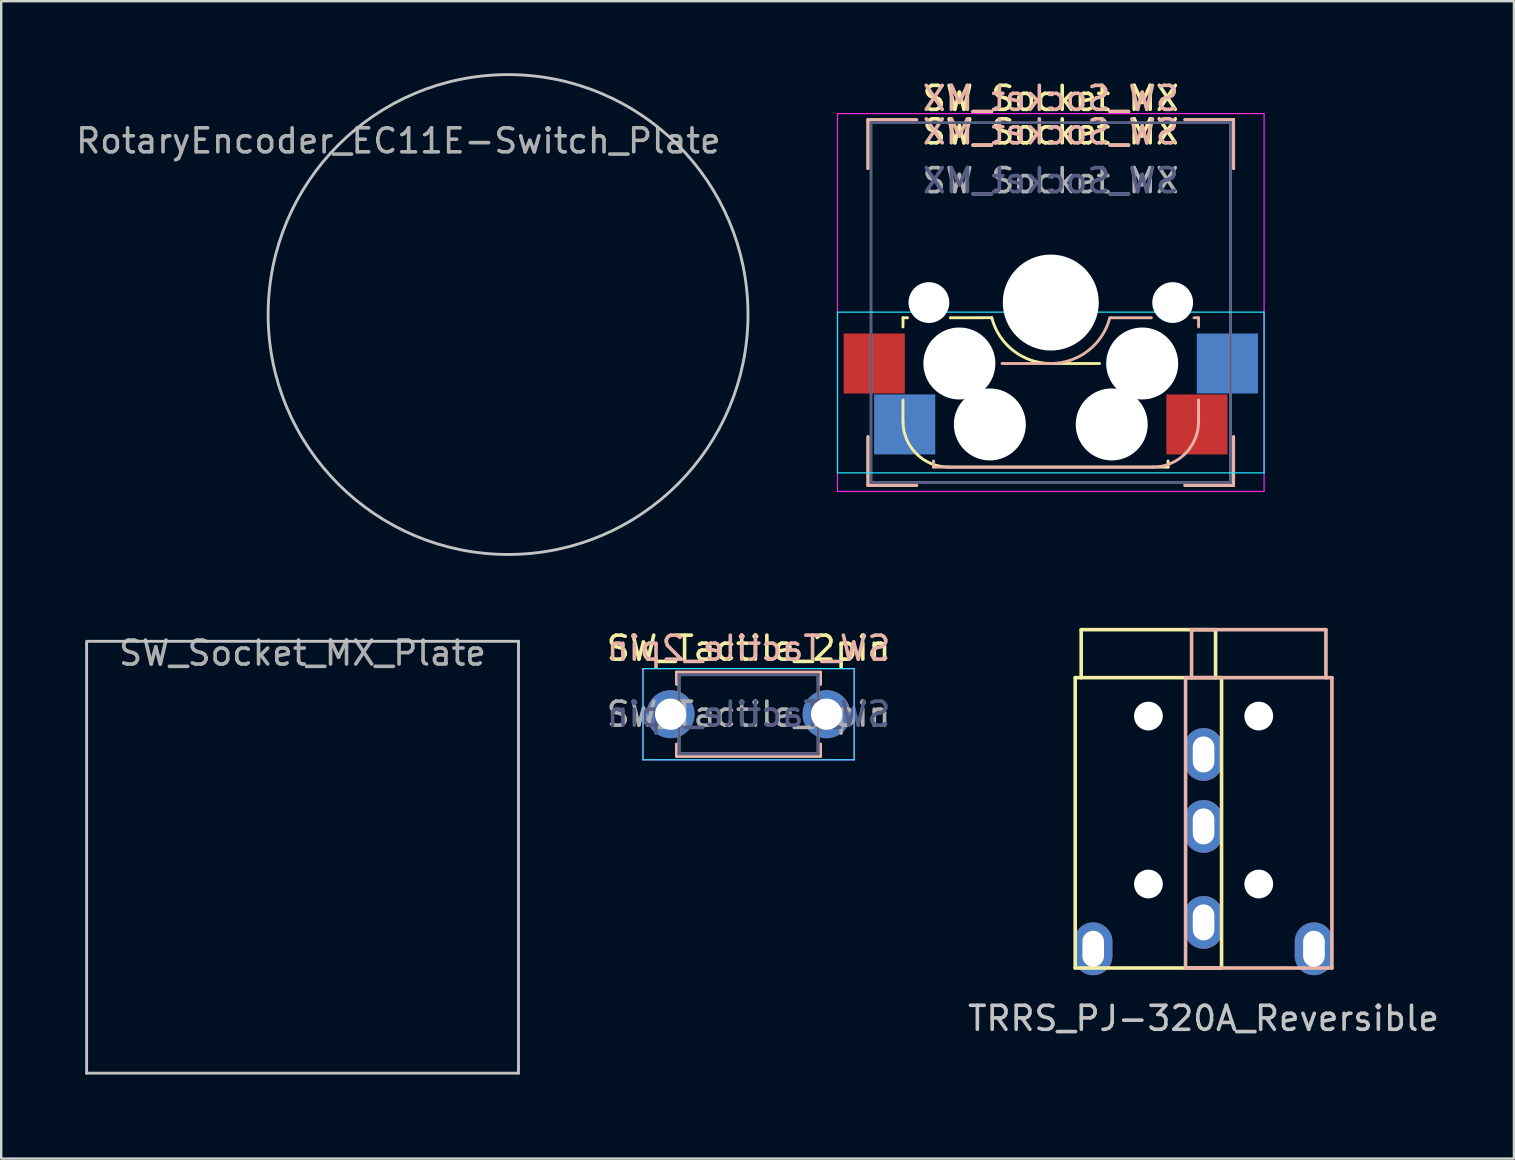
<source format=kicad_pcb>
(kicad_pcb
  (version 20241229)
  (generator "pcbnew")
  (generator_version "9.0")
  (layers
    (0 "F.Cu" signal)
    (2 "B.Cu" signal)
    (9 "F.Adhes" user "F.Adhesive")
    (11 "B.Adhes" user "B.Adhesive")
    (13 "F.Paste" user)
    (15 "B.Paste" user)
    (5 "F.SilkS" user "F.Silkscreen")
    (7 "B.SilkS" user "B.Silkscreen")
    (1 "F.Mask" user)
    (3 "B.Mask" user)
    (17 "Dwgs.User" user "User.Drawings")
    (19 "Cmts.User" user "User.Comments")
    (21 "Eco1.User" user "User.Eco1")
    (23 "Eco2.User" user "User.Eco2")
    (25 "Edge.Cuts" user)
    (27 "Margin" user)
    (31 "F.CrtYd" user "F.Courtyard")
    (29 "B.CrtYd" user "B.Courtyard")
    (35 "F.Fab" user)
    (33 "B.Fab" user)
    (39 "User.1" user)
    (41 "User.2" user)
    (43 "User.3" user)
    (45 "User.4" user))
  (footprint "SW_Socket_MX"
    (layer "F.Cu")
    (at 40.746 9.56)
    (property "Reference" "SW_Socket_MX" (at 0 -8.509 0) (layer "F.SilkS") (effects (font (size 1 1) (thickness 0.15))))
    (property "Value" "SW_Socket_MX" (at 0 8.636 0) (layer "F.Fab") (hide yes) (effects (font (size 1 1) (thickness 0.15))))
    (attr through_hole)
    (fp_line (start -7.62 -7.62) (end -5.588 -7.62) (stroke (width 0.12) (type solid)) (layer "F.SilkS"))
    (fp_line (start -7.62 -5.588) (end -7.62 -7.62) (stroke (width 0.12) (type solid)) (layer "F.SilkS"))
    (fp_line (start -7.62 5.588) (end -7.62 7.62) (stroke (width 0.12) (type solid)) (layer "F.SilkS"))
    (fp_line (start -7.62 7.62) (end -5.588 7.62) (stroke (width 0.12) (type solid)) (layer "F.SilkS"))
    (fp_line (start -6.16 0.635) (end -6.16 1.016) (stroke (width 0.12) (type solid)) (layer "F.SilkS"))
    (fp_line (start -6.16 0.635) (end -5.969 0.635) (stroke (width 0.12) (type solid)) (layer "F.SilkS"))
    (fp_line (start -6.16 4.953) (end -6.16 4.064) (stroke (width 0.12) (type solid)) (layer "F.SilkS"))
    (fp_line (start -4.255 6.858) (end 4.889 6.858) (stroke (width 0.12) (type solid)) (layer "F.SilkS"))
    (fp_line (start -4.191 0.635) (end -2.46 0.632) (stroke (width 0.12) (type solid)) (layer "F.SilkS"))
    (fp_line (start 0 2.54) (end 2.032 2.54) (stroke (width 0.12) (type solid)) (layer "F.SilkS"))
    (fp_line (start 4.889 6.858) (end 4.889 6.604) (stroke (width 0.12) (type solid)) (layer "F.SilkS"))
    (fp_line (start 5.588 -7.62) (end 7.62 -7.62) (stroke (width 0.12) (type solid)) (layer "F.SilkS"))
    (fp_line (start 5.588 7.62) (end 7.62 7.62) (stroke (width 0.12) (type solid)) (layer "F.SilkS"))
    (fp_line (start 7.62 -7.62) (end 7.62 -5.588) (stroke (width 0.12) (type solid)) (layer "F.SilkS"))
    (fp_line (start 7.62 5.588) (end 7.62 7.62) (stroke (width 0.12) (type solid)) (layer "F.SilkS"))
    (fp_arc (start -4.2545 6.858) (mid -5.601538 6.300038) (end -6.1595 4.953) (stroke (width 0.12) (type solid)) (layer "F.SilkS"))
    (fp_arc (start 0 2.54) (mid -1.556784 2.006994) (end -2.460201 0.631672) (stroke (width 0.12) (type solid)) (layer "F.SilkS"))
    (fp_line (start -7.62 -7.62) (end -5.588 -7.62) (stroke (width 0.12) (type solid)) (layer "B.SilkS"))
    (fp_line (start -7.62 -5.588) (end -7.62 -7.62) (stroke (width 0.12) (type solid)) (layer "B.SilkS"))
    (fp_line (start -7.62 7.62) (end -7.62 5.588) (stroke (width 0.12) (type solid)) (layer "B.SilkS"))
    (fp_line (start -5.588 7.62) (end -7.62 7.62) (stroke (width 0.12) (type solid)) (layer "B.SilkS"))
    (fp_line (start -4.889 6.858) (end -4.889 6.604) (stroke (width 0.12) (type solid)) (layer "B.SilkS"))
    (fp_line (start 0 2.54) (end -2.032 2.54) (stroke (width 0.12) (type solid)) (layer "B.SilkS"))
    (fp_line (start 4.191 0.635) (end 2.477 0.635) (stroke (width 0.12) (type solid)) (layer "B.SilkS"))
    (fp_line (start 4.255 6.858) (end -4.889 6.858) (stroke (width 0.12) (type solid)) (layer "B.SilkS"))
    (fp_line (start 5.969 0.635) (end 6.16 0.635) (stroke (width 0.12) (type solid)) (layer "B.SilkS"))
    (fp_line (start 6.16 1.016) (end 6.16 0.635) (stroke (width 0.12) (type solid)) (layer "B.SilkS"))
    (fp_line (start 6.16 4.953) (end 6.16 4.064) (stroke (width 0.12) (type solid)) (layer "B.SilkS"))
    (fp_line (start 7.62 -7.62) (end 5.588 -7.62) (stroke (width 0.12) (type solid)) (layer "B.SilkS"))
    (fp_line (start 7.62 -5.588) (end 7.62 -7.62) (stroke (width 0.12) (type solid)) (layer "B.SilkS"))
    (fp_line (start 7.62 5.588) (end 7.62 7.62) (stroke (width 0.12) (type solid)) (layer "B.SilkS"))
    (fp_line (start 7.62 7.62) (end 5.588 7.62) (stroke (width 0.12) (type solid)) (layer "B.SilkS"))
    (fp_arc (start 2.459669 0.633742) (mid 1.55594 2.007649) (end 0 2.54) (stroke (width 0.12) (type solid)) (layer "B.SilkS"))
    (fp_arc (start 6.1595 4.953) (mid 5.601538 6.300038) (end 4.2545 6.858) (stroke (width 0.12) (type solid)) (layer "B.SilkS"))
    (fp_line (start -9.5 -9.5) (end 9.5 -9.5) (stroke (width 0.12) (type solid)) (layer "Eco1.User"))
    (fp_line (start -9.5 9.5) (end -9.5 -9.5) (stroke (width 0.12) (type solid)) (layer "Eco1.User"))
    (fp_line (start 9.5 -9.5) (end 9.5 9.5) (stroke (width 0.12) (type solid)) (layer "Eco1.User"))
    (fp_line (start 9.5 9.5) (end -9.5 9.5) (stroke (width 0.12) (type solid)) (layer "Eco1.User"))
    (fp_line (start -9 -9) (end 9 -9) (stroke (width 0.12) (type solid)) (layer "Eco2.User"))
    (fp_line (start -9 9) (end -9 -9) (stroke (width 0.12) (type solid)) (layer "Eco2.User"))
    (fp_line (start 9 -9) (end 9 9) (stroke (width 0.12) (type solid)) (layer "Eco2.User"))
    (fp_line (start 9 9) (end -9 9) (stroke (width 0.12) (type solid)) (layer "Eco2.User"))
    (fp_line (start -8.89 0.4) (end 8.89 0.4) (stroke (width 0.05) (type solid)) (layer "B.CrtYd"))
    (fp_line (start -8.89 7.1) (end -8.89 0.4) (stroke (width 0.05) (type solid)) (layer "B.CrtYd"))
    (fp_line (start 8.89 0.4) (end 8.89 7.1) (stroke (width 0.05) (type solid)) (layer "B.CrtYd"))
    (fp_line (start 8.89 7.1) (end -8.89 7.1) (stroke (width 0.05) (type solid)) (layer "B.CrtYd"))
    (fp_line (start -8.89 -7.874) (end -8.89 7.874) (stroke (width 0.05) (type solid)) (layer "F.CrtYd"))
    (fp_line (start -8.89 7.874) (end 8.89 7.874) (stroke (width 0.05) (type solid)) (layer "F.CrtYd"))
    (fp_line (start 8.89 -7.874) (end -8.89 -7.874) (stroke (width 0.05) (type solid)) (layer "F.CrtYd"))
    (fp_line (start 8.89 7.874) (end 8.89 -7.874) (stroke (width 0.05) (type solid)) (layer "F.CrtYd"))
    (fp_line (start -7.493 -7.493) (end 7.493 -7.493) (stroke (width 0.1) (type solid)) (layer "B.Fab"))
    (fp_line (start -7.493 7.493) (end -7.493 -7.493) (stroke (width 0.1) (type solid)) (layer "B.Fab"))
    (fp_line (start 7.493 -7.493) (end 7.493 7.493) (stroke (width 0.1) (type solid)) (layer "B.Fab"))
    (fp_line (start 7.493 7.493) (end -7.493 7.493) (stroke (width 0.1) (type solid)) (layer "B.Fab"))
    (fp_circle (center -2.54 5.08) (end -1.12 5.08) (stroke (width 0.1) (type solid)) (fill no) (layer "B.Fab"))
    (fp_circle (center 3.81 2.54) (end 5.23 2.54) (stroke (width 0.1) (type solid)) (fill no) (layer "B.Fab"))
    (fp_line (start -7.493 -7.493) (end 7.493 -7.493) (stroke (width 0.1) (type solid)) (layer "F.Fab"))
    (fp_line (start -7.493 7.493) (end -7.493 -7.493) (stroke (width 0.1) (type solid)) (layer "F.Fab"))
    (fp_line (start 7.493 -7.493) (end 7.493 7.493) (stroke (width 0.1) (type solid)) (layer "F.Fab"))
    (fp_line (start 7.493 7.493) (end -7.493 7.493) (stroke (width 0.1) (type solid)) (layer "F.Fab"))
    (fp_circle (center -3.81 2.54) (end -2.39 2.54) (stroke (width 0.1) (type solid)) (fill no) (layer "F.Fab"))
    (fp_circle (center 2.54 5.08) (end 3.96 5.08) (stroke (width 0.1) (type solid)) (fill no) (layer "F.Fab"))
    (fp_text user "${VALUE}" (at 0 -7.112 0) (layer "F.SilkS") (effects (font (size 1 1) (thickness 0.15))))
    (fp_text user "${REFERENCE}" (at 0 -8.509 0) (layer "B.SilkS") (effects (font (size 1 1) (thickness 0.15)) (justify mirror)))
    (fp_text user "${VALUE}" (at 0 -7.112 0) (layer "B.SilkS") (effects (font (size 1 1) (thickness 0.15)) (justify mirror)))
    (fp_text user "${REFERENCE}" (at 0 -5.08 0) (layer "B.Fab") (effects (font (size 1 1) (thickness 0.15)) (justify mirror)))
    (fp_text user "${REFERENCE}" (at 0 -5.08 0) (layer "F.Fab") (effects (font (size 1 1) (thickness 0.15))))
    (pad "" np_thru_hole circle (at -5.08 0) (size 1.7 1.7) (drill 1.7) (layers "*.Cu" "*.Mask"))
    (pad "" np_thru_hole circle (at -3.81 2.54) (size 3 3) (drill 3) (layers "*.Cu" "*.Mask"))
    (pad "" np_thru_hole circle (at -2.54 5.08) (size 3 3) (drill 3) (layers "*.Cu" "*.Mask"))
    (pad "" np_thru_hole circle (at 0 0) (size 4 4) (drill 4) (layers "*.Cu" "*.Mask"))
    (pad "" np_thru_hole circle (at 2.54 5.08) (size 3 3) (drill 3) (layers "*.Cu" "*.Mask"))
    (pad "" np_thru_hole circle (at 3.81 2.54) (size 3 3) (drill 3) (layers "*.Cu" "*.Mask"))
    (pad "" np_thru_hole circle (at 5.08 0) (size 1.7 1.7) (drill 1.7) (layers "*.Cu" "*.Mask"))
    (pad "1" smd rect (at -7.36 2.54) (size 2.55 2.5) (layers "F.Cu" "F.Mask" "F.Paste"))
    (pad "1" smd rect (at -6.09 5.08) (size 2.55 2.5) (layers "B.Cu" "B.Mask" "B.Paste"))
    (pad "2" smd rect (at 6.09 5.08) (size 2.55 2.5) (layers "F.Cu" "F.Mask" "F.Paste"))
    (pad "2" smd rect (at 7.36 2.54) (size 2.55 2.5) (layers "B.Cu" "B.Mask" "B.Paste")))
  (footprint "SW_Tactile_2pin"
    (layer "F.Cu")
    (at 28.15 26.718)
    (property "Reference" "SW_Tactile_2pin" (at 0 -2.75 0) (layer "F.SilkS") (effects (font (size 1 1) (thickness 0.15))))
    (attr through_hole)
    (fp_line (start -3 -1.75) (end 3 -1.75) (stroke (width 0.12) (type solid)) (layer "F.SilkS"))
    (fp_line (start -3 -1.25) (end -3 -1.75) (stroke (width 0.12) (type solid)) (layer "F.SilkS"))
    (fp_line (start -3 1.25) (end -3 1.75) (stroke (width 0.12) (type solid)) (layer "F.SilkS"))
    (fp_line (start -3 1.75) (end 3 1.75) (stroke (width 0.12) (type solid)) (layer "F.SilkS"))
    (fp_line (start 3 -1.75) (end 3 -1.25) (stroke (width 0.12) (type solid)) (layer "F.SilkS"))
    (fp_line (start 3 1.75) (end 3 1.25) (stroke (width 0.12) (type solid)) (layer "F.SilkS"))
    (fp_line (start -3 -1.75) (end 3 -1.75) (stroke (width 0.12) (type solid)) (layer "B.SilkS"))
    (fp_line (start -3 -1.25) (end -3 -1.75) (stroke (width 0.12) (type solid)) (layer "B.SilkS"))
    (fp_line (start -3 1.25) (end -3 1.75) (stroke (width 0.12) (type solid)) (layer "B.SilkS"))
    (fp_line (start -3 1.75) (end 3 1.75) (stroke (width 0.12) (type solid)) (layer "B.SilkS"))
    (fp_line (start 3 -1.75) (end 3 -1.25) (stroke (width 0.12) (type solid)) (layer "B.SilkS"))
    (fp_line (start 3 1.75) (end 3 1.25) (stroke (width 0.12) (type solid)) (layer "B.SilkS"))
    (fp_line (start -4.4 -1.9) (end 4.4 -1.9) (stroke (width 0.05) (type solid)) (layer "B.CrtYd"))
    (fp_line (start -4.4 1.9) (end -4.4 -1.9) (stroke (width 0.05) (type solid)) (layer "B.CrtYd"))
    (fp_line (start 4.4 -1.9) (end 4.4 1.9) (stroke (width 0.05) (type solid)) (layer "B.CrtYd"))
    (fp_line (start 4.4 1.9) (end -4.4 1.9) (stroke (width 0.05) (type solid)) (layer "B.CrtYd"))
    (fp_line (start -4.4 -1.9) (end -4.4 1.9) (stroke (width 0.05) (type solid)) (layer "F.CrtYd"))
    (fp_line (start -4.4 1.9) (end 4.4 1.9) (stroke (width 0.05) (type solid)) (layer "F.CrtYd"))
    (fp_line (start 4.4 -1.9) (end -4.4 -1.9) (stroke (width 0.05) (type solid)) (layer "F.CrtYd"))
    (fp_line (start 4.4 1.9) (end 4.4 -1.9) (stroke (width 0.05) (type solid)) (layer "F.CrtYd"))
    (fp_line (start -2.9 -1.65) (end 2.9 -1.65) (stroke (width 0.12) (type solid)) (layer "B.Fab"))
    (fp_line (start -2.9 1.65) (end -2.9 -1.65) (stroke (width 0.12) (type solid)) (layer "B.Fab"))
    (fp_line (start 2.9 -1.65) (end 2.9 1.65) (stroke (width 0.12) (type solid)) (layer "B.Fab"))
    (fp_line (start 2.9 1.65) (end -2.9 1.65) (stroke (width 0.12) (type solid)) (layer "B.Fab"))
    (fp_line (start -2.9 -1.65) (end 2.9 -1.65) (stroke (width 0.12) (type solid)) (layer "F.Fab"))
    (fp_line (start -2.9 1.65) (end -2.9 -1.65) (stroke (width 0.12) (type solid)) (layer "F.Fab"))
    (fp_line (start 2.9 -1.65) (end 2.9 1.65) (stroke (width 0.12) (type solid)) (layer "F.Fab"))
    (fp_line (start 2.9 1.65) (end -2.9 1.65) (stroke (width 0.12) (type solid)) (layer "F.Fab"))
    (fp_text user "${REFERENCE}" (at 0 -2.75 0) (layer "B.SilkS") (effects (font (size 1 1) (thickness 0.15)) (justify mirror)))
    (fp_text user "${REFERENCE}" (at 0 0 0) (layer "B.Fab") (effects (font (size 1 1) (thickness 0.15)) (justify mirror)))
    (fp_text user "${REFERENCE}" (at 0 0 0) (layer "F.Fab") (effects (font (size 1 1) (thickness 0.15))))
    (pad "1" thru_hole circle (at -3.25 0) (size 2 2) (drill 1.3) (layers "*.Cu" "*.Mask"))
    (pad "2" thru_hole circle (at 3.25 0) (size 2 2) (drill 1.3) (layers "*.Cu" "*.Mask")))
  (footprint "TRRS_PJ-320A_Reversible"
    (layer "F.Cu")
    (at 47.114 25.195)
    (property "Reference" "TRRS_PJ-320A_Reversible" (at 0 14.2 0) (layer "Dwgs.User") (effects (font (size 1 1) (thickness 0.15))))
    (attr through_hole)
    (fp_line (start -5.35 0) (end -5.35 12.1) (stroke (width 0.15) (type solid)) (layer "F.SilkS"))
    (fp_line (start -5.1 0) (end -5.1 -2) (stroke (width 0.15) (type solid)) (layer "F.SilkS"))
    (fp_line (start 0.5 -2) (end -5.1 -2) (stroke (width 0.15) (type solid)) (layer "F.SilkS"))
    (fp_line (start 0.5 0) (end 0.5 -2) (stroke (width 0.15) (type solid)) (layer "F.SilkS"))
    (fp_line (start 0.75 0) (end -5.35 0) (stroke (width 0.15) (type solid)) (layer "F.SilkS"))
    (fp_line (start 0.75 0) (end 0.75 12.1) (stroke (width 0.15) (type solid)) (layer "F.SilkS"))
    (fp_line (start 0.75 12.1) (end -5.35 12.1) (stroke (width 0.15) (type solid)) (layer "F.SilkS"))
    (fp_line (start -0.75 0) (end -0.75 12.1) (stroke (width 0.15) (type solid)) (layer "B.SilkS"))
    (fp_line (start -0.75 0) (end 5.35 0) (stroke (width 0.15) (type solid)) (layer "B.SilkS"))
    (fp_line (start -0.75 12.1) (end 5.35 12.1) (stroke (width 0.15) (type solid)) (layer "B.SilkS"))
    (fp_line (start -0.5 -2) (end 5.1 -2) (stroke (width 0.15) (type solid)) (layer "B.SilkS"))
    (fp_line (start -0.5 0) (end -0.5 -2) (stroke (width 0.15) (type solid)) (layer "B.SilkS"))
    (fp_line (start 5.1 0) (end 5.1 -2) (stroke (width 0.15) (type solid)) (layer "B.SilkS"))
    (fp_line (start 5.35 0) (end 5.35 12.1) (stroke (width 0.15) (type solid)) (layer "B.SilkS"))
    (pad "" np_thru_hole circle (at -2.3 1.6) (size 1.2 1.2) (drill 1.2) (layers "*.Cu" "*.Mask"))
    (pad "" np_thru_hole circle (at -2.3 8.6) (size 1.2 1.2) (drill 1.2) (layers "*.Cu" "*.Mask"))
    (pad "" np_thru_hole circle (at 2.3 1.6) (size 1.2 1.2) (drill 1.2) (layers "*.Cu" "*.Mask"))
    (pad "" np_thru_hole circle (at 2.3 8.6) (size 1.2 1.2) (drill 1.2) (layers "*.Cu" "*.Mask"))
    (pad "R1" thru_hole oval (at 0 6.2) (size 1.6 2.2) (drill oval 0.9 1.5) (layers "*.Cu" "*.Mask"))
    (pad "R2" thru_hole oval (at 0 3.2) (size 1.6 2.2) (drill oval 0.9 1.5) (layers "*.Cu" "*.Mask"))
    (pad "S" thru_hole oval (at -4.6 11.3) (size 1.6 2.2) (drill oval 0.9 1.5) (layers "*.Cu" "*.Mask"))
    (pad "S" thru_hole oval (at 4.6 11.3) (size 1.6 2.2) (drill oval 0.9 1.5) (layers "*.Cu" "*.Mask"))
    (pad "T" thru_hole oval (at 0 10.2) (size 1.6 2.2) (drill oval 0.9 1.5) (layers "*.Cu" "*.Mask")))
  (footprint "SW_Socket_MX_Plate"
    (layer "F.Cu")
    (at 9.56 32.68)
    (property "Reference" "SW_Socket_MX_Plate" (at 0 -8.509 0) (layer "F.Fab") (effects (font (size 1 1) (thickness 0.15))))
    (attr through_hole)
    (fp_line (start -9 -9) (end 9 -9) (stroke (width 0.12) (type solid)) (layer "Dwgs.User"))
    (fp_line (start -9 9) (end -9 -8.95) (stroke (width 0.12) (type solid)) (layer "Dwgs.User"))
    (fp_line (start 9 -9) (end 9 9) (stroke (width 0.12) (type solid)) (layer "Dwgs.User"))
    (fp_line (start 9 9) (end -9 9) (stroke (width 0.12) (type solid)) (layer "Dwgs.User"))
    (fp_line (start -9.5 -9.5) (end 9.5 -9.5) (stroke (width 0.12) (type solid)) (layer "Eco1.User"))
    (fp_line (start -9.5 9.5) (end -9.5 -9.5) (stroke (width 0.12) (type solid)) (layer "Eco1.User"))
    (fp_line (start -7 -7) (end 7 -7) (stroke (width 0.12) (type solid)) (layer "Eco1.User"))
    (fp_line (start -7 7) (end -7 -7) (stroke (width 0.12) (type solid)) (layer "Eco1.User"))
    (fp_line (start 7 -7) (end 7 7) (stroke (width 0.12) (type solid)) (layer "Eco1.User"))
    (fp_line (start 7 7) (end -7 7) (stroke (width 0.12) (type solid)) (layer "Eco1.User"))
    (fp_line (start 9.5 -9.5) (end 9.5 9.5) (stroke (width 0.12) (type solid)) (layer "Eco1.User"))
    (fp_line (start 9.5 9.5) (end -9.5 9.5) (stroke (width 0.12) (type solid)) (layer "Eco1.User")))
  (footprint "RotaryEncoder_EC11E-Switch_Plate"
    (layer "F.Cu")
    (at 18.126 10.06)
    (property "Reference" "RotaryEncoder_EC11E-Switch_Plate" (at -4.572 -7.239 0) (layer "F.Fab") (effects (font (size 1 1) (thickness 0.15))))
    (attr through_hole)
    (fp_circle (center 0 0) (end 10 0) (stroke (width 0.12) (type solid)) (fill no) (layer "Dwgs.User"))
    (fp_line (start -9.5 -9.5) (end 9.5 -9.5) (stroke (width 0.12) (type solid)) (layer "Eco1.User"))
    (fp_line (start -9.5 9.5) (end -9.5 -9.5) (stroke (width 0.12) (type solid)) (layer "Eco1.User"))
    (fp_line (start -6 -6) (end 6 -6) (stroke (width 0.12) (type solid)) (layer "Eco1.User"))
    (fp_line (start -6 6) (end -6 -6) (stroke (width 0.12) (type solid)) (layer "Eco1.User"))
    (fp_line (start 6 -6) (end 6 6) (stroke (width 0.12) (type solid)) (layer "Eco1.User"))
    (fp_line (start 6 6) (end -6 6) (stroke (width 0.12) (type solid)) (layer "Eco1.User"))
    (fp_line (start 9.5 -9.5) (end 9.5 9.5) (stroke (width 0.12) (type solid)) (layer "Eco1.User"))
    (fp_line (start 9.5 9.5) (end -9.5 9.5) (stroke (width 0.12) (type solid)) (layer "Eco1.User")))
  (gr_rect
    (start -3 -3)
    (end 60.049 45.24)
    (stroke (width 0.1) (type default))
    (fill no)
    (layer "Edge.Cuts")))
</source>
